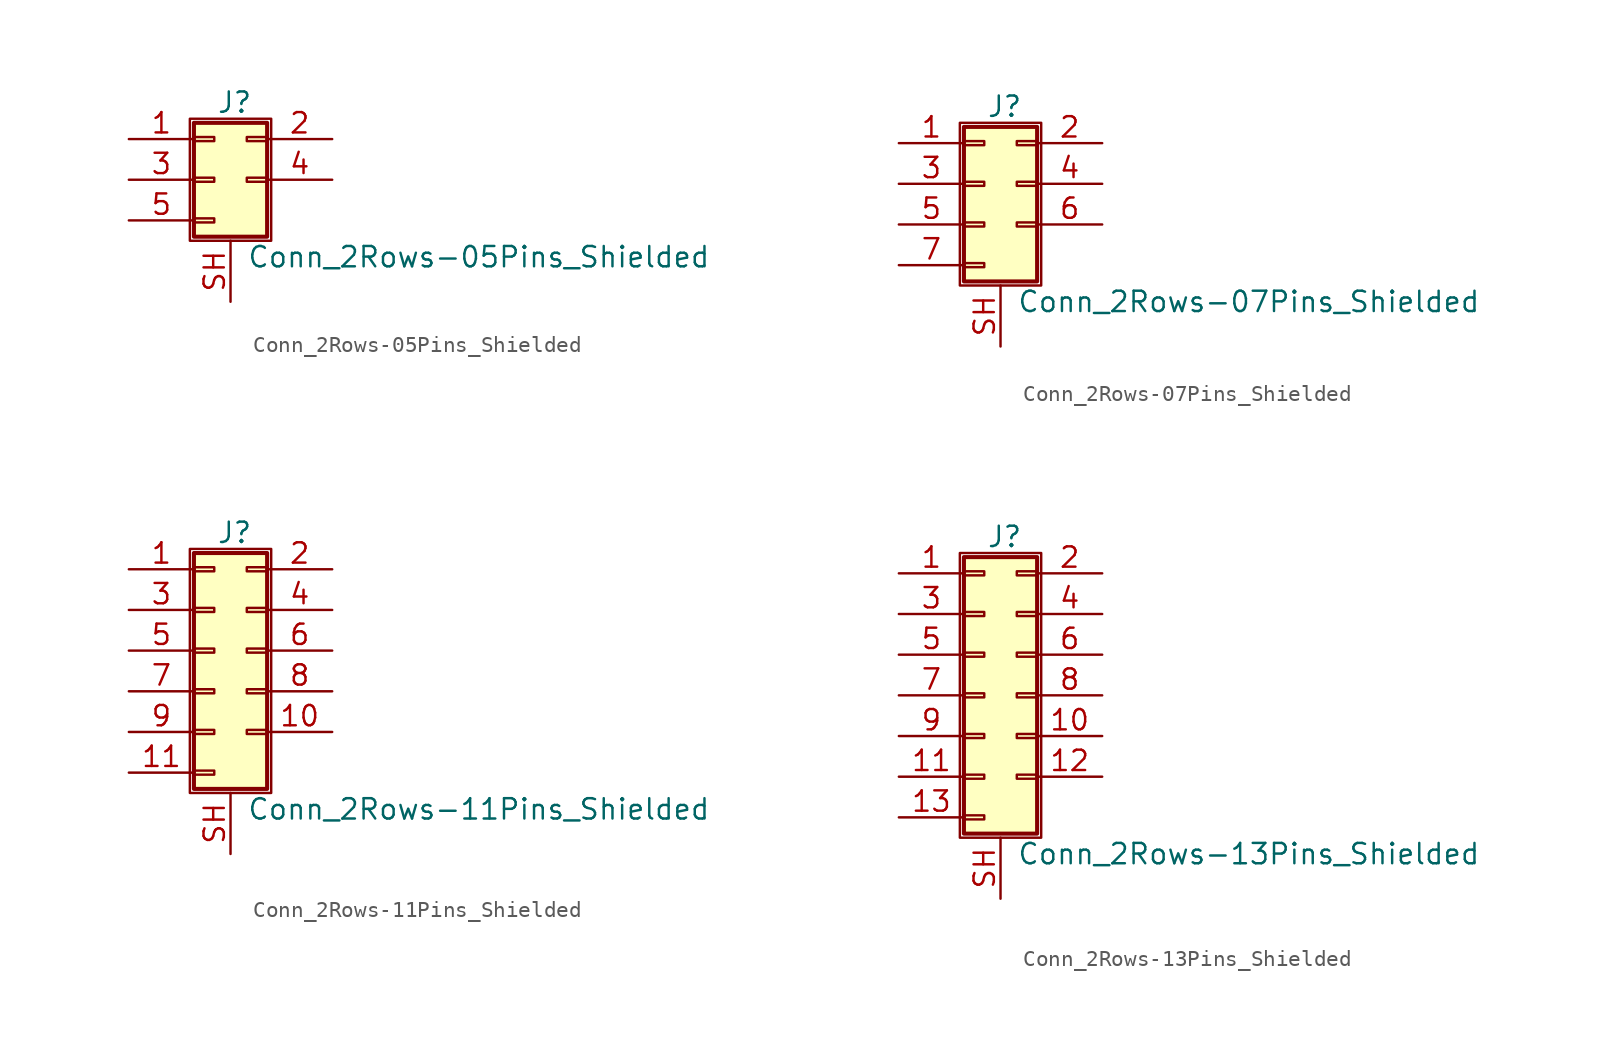
<source format=kicad_sym>
(kicad_symbol_lib
  (version 20211014)
  (generator kicad_symbol_editor)
  (symbol "Conn_2Rows-05Pins_Shielded"
    (pin_names
      (offset 1.016) hide)
    (property "Reference" "J"
      (at 1.524 4.826 0)
      (effects (font (size 1.27 1.27))))
    (property "Value" "Conn_2Rows-05Pins_Shielded"
      (at 2.286 -4.826 0)
      (effects (font (size 1.27 1.27)) (justify left)))
    (symbol "Conn_2Rows-05Pins_Shielded_1_1"
      (rectangle (start -1.27 3.81) (end 3.81 -3.81) (stroke (width 0.152) (type default) (color 0 0 0 0)) (fill (type none)))
      (rectangle (start -1.016 -2.413) (end 0.254 -2.667) (stroke (width 0.152) (type default) (color 0 0 0 0)) (fill (type none)))
      (rectangle (start -1.016 0.127) (end 0.254 -0.127) (stroke (width 0.152) (type default) (color 0 0 0 0)) (fill (type none)))
      (rectangle (start -1.016 2.667) (end 0.254 2.413) (stroke (width 0.152) (type default) (color 0 0 0 0)) (fill (type none)))
      (rectangle (start -1.016 3.556) (end 3.556 -3.556) (stroke (width 0.254) (type default) (color 0 0 0 0)) (fill (type background)))
      (rectangle (start 3.556 0.127) (end 2.286 -0.127) (stroke (width 0.152) (type default) (color 0 0 0 0)) (fill (type none)))
      (rectangle (start 3.556 2.667) (end 2.286 2.413) (stroke (width 0.152) (type default) (color 0 0 0 0)) (fill (type none)))
      (pin passive line (at -5.08 2.54 0) (length 4.064) (name "Pin_1" (effects (font (size 1.27 1.27)))) (number "1" (effects (font (size 1.27 1.27)))))
      (pin passive line (at 7.62 2.54 180) (length 4.064) (name "Pin_2" (effects (font (size 1.27 1.27)))) (number "2" (effects (font (size 1.27 1.27)))))
      (pin passive line (at -5.08 0 0) (length 4.064) (name "Pin_3" (effects (font (size 1.27 1.27)))) (number "3" (effects (font (size 1.27 1.27)))))
      (pin passive line (at 7.62 0 180) (length 4.064) (name "Pin_4" (effects (font (size 1.27 1.27)))) (number "4" (effects (font (size 1.27 1.27)))))
      (pin passive line (at -5.08 -2.54 0) (length 4.064) (name "Pin_5" (effects (font (size 1.27 1.27)))) (number "5" (effects (font (size 1.27 1.27)))))
      (pin passive line (at 1.27 -7.62 90) (length 3.81) (name "Shield" (effects (font (size 1.27 1.27)))) (number "SH" (effects (font (size 1.27 1.27)))))))
  (symbol "Conn_2Rows-07Pins_Shielded"
    (pin_names
      (offset 1.016) hide)
    (property "Reference" "J"
      (at 1.524 4.826 0)
      (effects (font (size 1.27 1.27))))
    (property "Value" "Conn_2Rows-07Pins_Shielded"
      (at 2.286 -7.366 0)
      (effects (font (size 1.27 1.27)) (justify left)))
    (symbol "Conn_2Rows-07Pins_Shielded_1_1"
      (rectangle (start -1.27 3.81) (end 3.81 -6.35) (stroke (width 0.152) (type default) (color 0 0 0 0)) (fill (type none)))
      (rectangle (start -1.016 -4.953) (end 0.254 -5.207) (stroke (width 0.152) (type default) (color 0 0 0 0)) (fill (type none)))
      (rectangle (start -1.016 -2.413) (end 0.254 -2.667) (stroke (width 0.152) (type default) (color 0 0 0 0)) (fill (type none)))
      (rectangle (start -1.016 0.127) (end 0.254 -0.127) (stroke (width 0.152) (type default) (color 0 0 0 0)) (fill (type none)))
      (rectangle (start -1.016 2.667) (end 0.254 2.413) (stroke (width 0.152) (type default) (color 0 0 0 0)) (fill (type none)))
      (rectangle (start -1.016 3.556) (end 3.556 -6.096) (stroke (width 0.254) (type default) (color 0 0 0 0)) (fill (type background)))
      (rectangle (start 3.556 -2.413) (end 2.286 -2.667) (stroke (width 0.152) (type default) (color 0 0 0 0)) (fill (type none)))
      (rectangle (start 3.556 0.127) (end 2.286 -0.127) (stroke (width 0.152) (type default) (color 0 0 0 0)) (fill (type none)))
      (rectangle (start 3.556 2.667) (end 2.286 2.413) (stroke (width 0.152) (type default) (color 0 0 0 0)) (fill (type none)))
      (pin passive line (at -5.08 2.54 0) (length 4.064) (name "Pin_1" (effects (font (size 1.27 1.27)))) (number "1" (effects (font (size 1.27 1.27)))))
      (pin passive line (at 7.62 2.54 180) (length 4.064) (name "Pin_2" (effects (font (size 1.27 1.27)))) (number "2" (effects (font (size 1.27 1.27)))))
      (pin passive line (at -5.08 0 0) (length 4.064) (name "Pin_3" (effects (font (size 1.27 1.27)))) (number "3" (effects (font (size 1.27 1.27)))))
      (pin passive line (at 7.62 0 180) (length 4.064) (name "Pin_4" (effects (font (size 1.27 1.27)))) (number "4" (effects (font (size 1.27 1.27)))))
      (pin passive line (at -5.08 -2.54 0) (length 4.064) (name "Pin_5" (effects (font (size 1.27 1.27)))) (number "5" (effects (font (size 1.27 1.27)))))
      (pin passive line (at 7.62 -2.54 180) (length 4.064) (name "Pin_6" (effects (font (size 1.27 1.27)))) (number "6" (effects (font (size 1.27 1.27)))))
      (pin passive line (at -5.08 -5.08 0) (length 4.064) (name "Pin_7" (effects (font (size 1.27 1.27)))) (number "7" (effects (font (size 1.27 1.27)))))
      (pin passive line (at 1.27 -10.16 90) (length 3.81) (name "Shield" (effects (font (size 1.27 1.27)))) (number "SH" (effects (font (size 1.27 1.27)))))))
  (symbol "Conn_2Rows-11Pins_Shielded"
    (pin_names
      (offset 1.016) hide)
    (property "Reference" "J"
      (at 1.524 7.366 0)
      (effects (font (size 1.27 1.27))))
    (property "Value" "Conn_2Rows-11Pins_Shielded"
      (at 2.286 -9.906 0)
      (effects (font (size 1.27 1.27)) (justify left)))
    (symbol "Conn_2Rows-11Pins_Shielded_1_1"
      (rectangle (start -1.27 6.35) (end 3.81 -8.89) (stroke (width 0.152) (type default) (color 0 0 0 0)) (fill (type none)))
      (rectangle (start -1.016 -7.493) (end 0.254 -7.747) (stroke (width 0.152) (type default) (color 0 0 0 0)) (fill (type none)))
      (rectangle (start -1.016 -4.953) (end 0.254 -5.207) (stroke (width 0.152) (type default) (color 0 0 0 0)) (fill (type none)))
      (rectangle (start -1.016 -2.413) (end 0.254 -2.667) (stroke (width 0.152) (type default) (color 0 0 0 0)) (fill (type none)))
      (rectangle (start -1.016 0.127) (end 0.254 -0.127) (stroke (width 0.152) (type default) (color 0 0 0 0)) (fill (type none)))
      (rectangle (start -1.016 2.667) (end 0.254 2.413) (stroke (width 0.152) (type default) (color 0 0 0 0)) (fill (type none)))
      (rectangle (start -1.016 5.207) (end 0.254 4.953) (stroke (width 0.152) (type default) (color 0 0 0 0)) (fill (type none)))
      (rectangle (start -1.016 6.096) (end 3.556 -8.636) (stroke (width 0.254) (type default) (color 0 0 0 0)) (fill (type background)))
      (rectangle (start 3.556 -4.953) (end 2.286 -5.207) (stroke (width 0.152) (type default) (color 0 0 0 0)) (fill (type none)))
      (rectangle (start 3.556 -2.413) (end 2.286 -2.667) (stroke (width 0.152) (type default) (color 0 0 0 0)) (fill (type none)))
      (rectangle (start 3.556 0.127) (end 2.286 -0.127) (stroke (width 0.152) (type default) (color 0 0 0 0)) (fill (type none)))
      (rectangle (start 3.556 2.667) (end 2.286 2.413) (stroke (width 0.152) (type default) (color 0 0 0 0)) (fill (type none)))
      (rectangle (start 3.556 5.207) (end 2.286 4.953) (stroke (width 0.152) (type default) (color 0 0 0 0)) (fill (type none)))
      (pin passive line (at -5.08 5.08 0) (length 4.064) (name "Pin_1" (effects (font (size 1.27 1.27)))) (number "1" (effects (font (size 1.27 1.27)))))
      (pin passive line (at 7.62 -5.08 180) (length 4.064) (name "Pin_10" (effects (font (size 1.27 1.27)))) (number "10" (effects (font (size 1.27 1.27)))))
      (pin passive line (at -5.08 -7.62 0) (length 4.064) (name "Pin_11" (effects (font (size 1.27 1.27)))) (number "11" (effects (font (size 1.27 1.27)))))
      (pin passive line (at 7.62 5.08 180) (length 4.064) (name "Pin_2" (effects (font (size 1.27 1.27)))) (number "2" (effects (font (size 1.27 1.27)))))
      (pin passive line (at -5.08 2.54 0) (length 4.064) (name "Pin_3" (effects (font (size 1.27 1.27)))) (number "3" (effects (font (size 1.27 1.27)))))
      (pin passive line (at 7.62 2.54 180) (length 4.064) (name "Pin_4" (effects (font (size 1.27 1.27)))) (number "4" (effects (font (size 1.27 1.27)))))
      (pin passive line (at -5.08 0 0) (length 4.064) (name "Pin_5" (effects (font (size 1.27 1.27)))) (number "5" (effects (font (size 1.27 1.27)))))
      (pin passive line (at 7.62 0 180) (length 4.064) (name "Pin_6" (effects (font (size 1.27 1.27)))) (number "6" (effects (font (size 1.27 1.27)))))
      (pin passive line (at -5.08 -2.54 0) (length 4.064) (name "Pin_7" (effects (font (size 1.27 1.27)))) (number "7" (effects (font (size 1.27 1.27)))))
      (pin passive line (at 7.62 -2.54 180) (length 4.064) (name "Pin_8" (effects (font (size 1.27 1.27)))) (number "8" (effects (font (size 1.27 1.27)))))
      (pin passive line (at -5.08 -5.08 0) (length 4.064) (name "Pin_9" (effects (font (size 1.27 1.27)))) (number "9" (effects (font (size 1.27 1.27)))))
      (pin passive line (at 1.27 -12.7 90) (length 3.81) (name "Shield" (effects (font (size 1.27 1.27)))) (number "SH" (effects (font (size 1.27 1.27)))))))
  (symbol "Conn_2Rows-13Pins_Shielded"
    (pin_names
      (offset 1.016) hide)
    (property "Reference" "J"
      (at 1.524 9.906 0)
      (effects (font (size 1.27 1.27))))
    (property "Value" "Conn_2Rows-13Pins_Shielded"
      (at 2.286 -9.906 0)
      (effects (font (size 1.27 1.27)) (justify left)))
    (symbol "Conn_2Rows-13Pins_Shielded_1_1"
      (rectangle (start -1.27 8.89) (end 3.81 -8.89) (stroke (width 0.152) (type default) (color 0 0 0 0)) (fill (type none)))
      (rectangle (start -1.016 -7.493) (end 0.254 -7.747) (stroke (width 0.152) (type default) (color 0 0 0 0)) (fill (type none)))
      (rectangle (start -1.016 -4.953) (end 0.254 -5.207) (stroke (width 0.152) (type default) (color 0 0 0 0)) (fill (type none)))
      (rectangle (start -1.016 -2.413) (end 0.254 -2.667) (stroke (width 0.152) (type default) (color 0 0 0 0)) (fill (type none)))
      (rectangle (start -1.016 0.127) (end 0.254 -0.127) (stroke (width 0.152) (type default) (color 0 0 0 0)) (fill (type none)))
      (rectangle (start -1.016 2.667) (end 0.254 2.413) (stroke (width 0.152) (type default) (color 0 0 0 0)) (fill (type none)))
      (rectangle (start -1.016 5.207) (end 0.254 4.953) (stroke (width 0.152) (type default) (color 0 0 0 0)) (fill (type none)))
      (rectangle (start -1.016 7.747) (end 0.254 7.493) (stroke (width 0.152) (type default) (color 0 0 0 0)) (fill (type none)))
      (rectangle (start -1.016 8.636) (end 3.556 -8.636) (stroke (width 0.254) (type default) (color 0 0 0 0)) (fill (type background)))
      (rectangle (start 3.556 -4.953) (end 2.286 -5.207) (stroke (width 0.152) (type default) (color 0 0 0 0)) (fill (type none)))
      (rectangle (start 3.556 -2.413) (end 2.286 -2.667) (stroke (width 0.152) (type default) (color 0 0 0 0)) (fill (type none)))
      (rectangle (start 3.556 0.127) (end 2.286 -0.127) (stroke (width 0.152) (type default) (color 0 0 0 0)) (fill (type none)))
      (rectangle (start 3.556 2.667) (end 2.286 2.413) (stroke (width 0.152) (type default) (color 0 0 0 0)) (fill (type none)))
      (rectangle (start 3.556 5.207) (end 2.286 4.953) (stroke (width 0.152) (type default) (color 0 0 0 0)) (fill (type none)))
      (rectangle (start 3.556 7.747) (end 2.286 7.493) (stroke (width 0.152) (type default) (color 0 0 0 0)) (fill (type none)))
      (pin passive line (at -5.08 7.62 0) (length 4.064) (name "Pin_1" (effects (font (size 1.27 1.27)))) (number "1" (effects (font (size 1.27 1.27)))))
      (pin passive line (at 7.62 -2.54 180) (length 4.064) (name "Pin_10" (effects (font (size 1.27 1.27)))) (number "10" (effects (font (size 1.27 1.27)))))
      (pin passive line (at -5.08 -5.08 0) (length 4.064) (name "Pin_11" (effects (font (size 1.27 1.27)))) (number "11" (effects (font (size 1.27 1.27)))))
      (pin passive line (at 7.62 -5.08 180) (length 4.064) (name "Pin_12" (effects (font (size 1.27 1.27)))) (number "12" (effects (font (size 1.27 1.27)))))
      (pin passive line (at -5.08 -7.62 0) (length 4.064) (name "Pin_13" (effects (font (size 1.27 1.27)))) (number "13" (effects (font (size 1.27 1.27)))))
      (pin passive line (at 7.62 7.62 180) (length 4.064) (name "Pin_2" (effects (font (size 1.27 1.27)))) (number "2" (effects (font (size 1.27 1.27)))))
      (pin passive line (at -5.08 5.08 0) (length 4.064) (name "Pin_3" (effects (font (size 1.27 1.27)))) (number "3" (effects (font (size 1.27 1.27)))))
      (pin passive line (at 7.62 5.08 180) (length 4.064) (name "Pin_4" (effects (font (size 1.27 1.27)))) (number "4" (effects (font (size 1.27 1.27)))))
      (pin passive line (at -5.08 2.54 0) (length 4.064) (name "Pin_5" (effects (font (size 1.27 1.27)))) (number "5" (effects (font (size 1.27 1.27)))))
      (pin passive line (at 7.62 2.54 180) (length 4.064) (name "Pin_6" (effects (font (size 1.27 1.27)))) (number "6" (effects (font (size 1.27 1.27)))))
      (pin passive line (at -5.08 0 0) (length 4.064) (name "Pin_7" (effects (font (size 1.27 1.27)))) (number "7" (effects (font (size 1.27 1.27)))))
      (pin passive line (at 7.62 0 180) (length 4.064) (name "Pin_8" (effects (font (size 1.27 1.27)))) (number "8" (effects (font (size 1.27 1.27)))))
      (pin passive line (at -5.08 -2.54 0) (length 4.064) (name "Pin_9" (effects (font (size 1.27 1.27)))) (number "9" (effects (font (size 1.27 1.27)))))
      (pin passive line (at 1.27 -12.7 90) (length 3.81) (name "Shield" (effects (font (size 1.27 1.27)))) (number "SH" (effects (font (size 1.27 1.27))))))))
</source>
